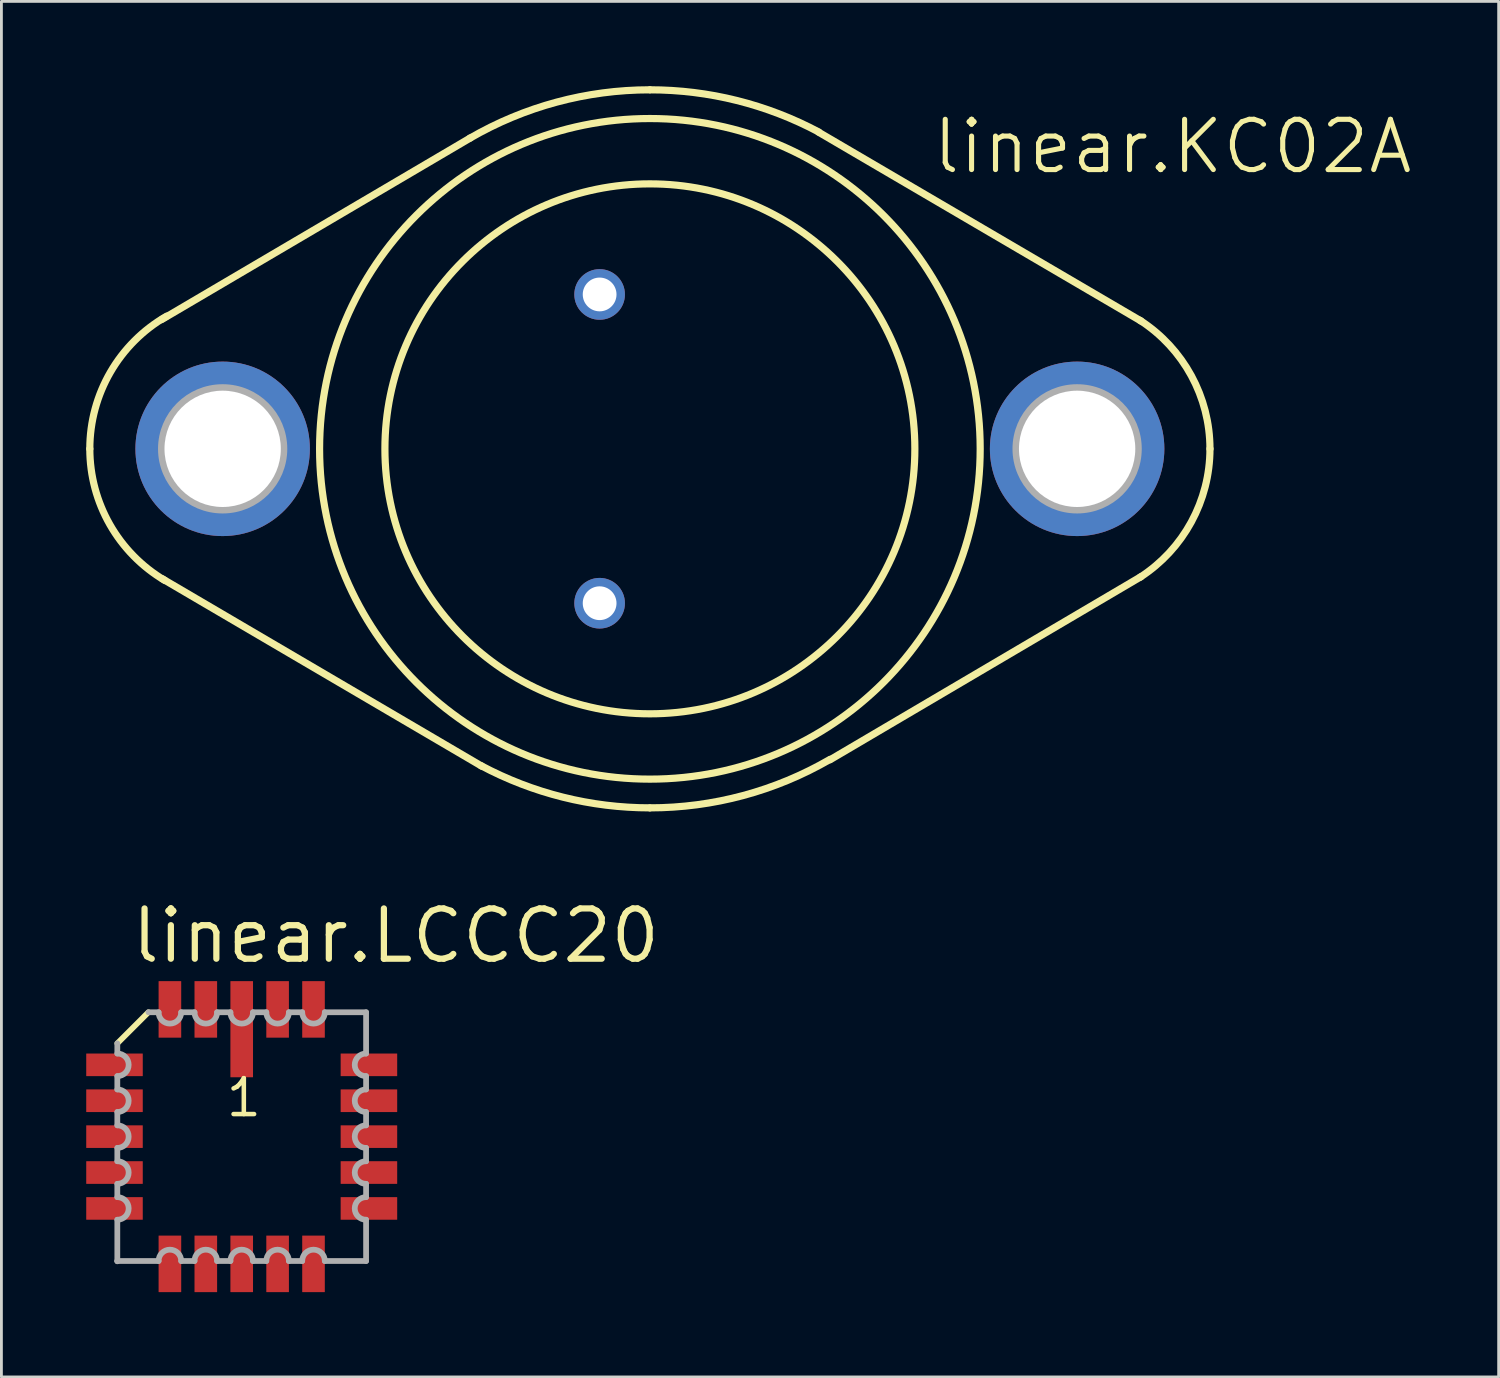
<source format=kicad_pcb>
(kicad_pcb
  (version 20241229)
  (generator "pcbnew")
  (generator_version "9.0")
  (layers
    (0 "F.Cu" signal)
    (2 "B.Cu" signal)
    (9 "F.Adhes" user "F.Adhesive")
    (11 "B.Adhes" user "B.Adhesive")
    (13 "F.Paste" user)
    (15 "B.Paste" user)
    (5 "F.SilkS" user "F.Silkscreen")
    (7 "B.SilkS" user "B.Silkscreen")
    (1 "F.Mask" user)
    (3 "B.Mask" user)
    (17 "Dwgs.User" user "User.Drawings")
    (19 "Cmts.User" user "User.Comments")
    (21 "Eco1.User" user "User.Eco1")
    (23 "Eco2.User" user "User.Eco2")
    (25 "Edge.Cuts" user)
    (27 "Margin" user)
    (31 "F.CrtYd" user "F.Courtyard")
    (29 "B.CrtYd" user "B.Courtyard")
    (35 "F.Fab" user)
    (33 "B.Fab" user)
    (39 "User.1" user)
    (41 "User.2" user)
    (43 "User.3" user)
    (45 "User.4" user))
  (footprint "linear.KC02A"
    (layer "F.Cu")
    (at 19.939 12.827)
    (property "Reference" "linear.KC02A" (at 9.906 -9.652 0) (layer "F.SilkS") (effects (font (size 1.778 1.778) (thickness 0.18)) (justify left bottom)))
    (attr through_hole)
    (fp_line (start -6.35 -10.998) (end -17.272 -4.572) (stroke (width 0.254) (type default)) (layer "F.SilkS"))
    (fp_line (start -5.944 11.227) (end -17.247 4.597) (stroke (width 0.254) (type default)) (layer "F.SilkS"))
    (fp_line (start 5.969 -11.201) (end 17.374 -4.521) (stroke (width 0.254) (type default)) (layer "F.SilkS"))
    (fp_line (start 6.375 10.998) (end 17.374 4.521) (stroke (width 0.254) (type default)) (layer "F.SilkS"))
    (fp_arc (start -19.812 0) (mid -19.08306 -2.712168) (end -17.0927 -4.6935) (stroke (width 0.254) (type default)) (layer "F.SilkS"))
    (fp_arc (start -17.1555 4.657) (mid -19.101186 2.680705) (end -19.812 0) (stroke (width 0.254) (type default)) (layer "F.SilkS"))
    (fp_arc (start -6.3718 -10.9859) (mid -3.299165 -12.263989) (end 0 -12.7) (stroke (width 0.254) (type default)) (layer "F.SilkS"))
    (fp_arc (start 0 -12.7) (mid 3.080216 -12.320822) (end 5.9765 -11.2059) (stroke (width 0.254) (type default)) (layer "F.SilkS"))
    (fp_arc (start 0 12.7) (mid -3.080216 12.320822) (end -5.9765 11.2059) (stroke (width 0.254) (type default)) (layer "F.SilkS"))
    (fp_arc (start 6.3718 10.9859) (mid 3.299165 12.263989) (end 0 12.7) (stroke (width 0.254) (type default)) (layer "F.SilkS"))
    (fp_arc (start 17.3366 -4.545) (mid 19.153012 -2.587691) (end 19.812 0) (stroke (width 0.254) (type default)) (layer "F.SilkS"))
    (fp_arc (start 19.812 0) (mid 19.153012 2.587691) (end 17.3366 4.545) (stroke (width 0.254) (type default)) (layer "F.SilkS"))
    (fp_circle (center 0 0) (end 9.373 0) (stroke (width 0.254) (type default)) (fill no) (layer "F.SilkS"))
    (fp_circle (center 0 0) (end 11.684 0) (stroke (width 0.254) (type default)) (fill no) (layer "F.SilkS"))
    (fp_circle (center -15.113 0) (end -12.954 0) (stroke (width 0.254) (type default)) (fill no) (layer "F.Fab"))
    (fp_circle (center 15.113 0) (end 17.272 0) (stroke (width 0.254) (type default)) (fill no) (layer "F.Fab"))
    (pad "1" thru_hole circle (at -1.778 -5.461) (size 1.791 1.791) (drill 1.194) (layers "*.Cu" "*.Mask"))
    (pad "2" thru_hole circle (at -1.778 5.461) (size 1.791 1.791) (drill 1.194) (layers "*.Cu" "*.Mask"))
    (pad "3" thru_hole circle (at 15.113 0) (size 6.172 6.172) (drill 4.115) (layers "*.Cu" "*.Mask"))
    (pad "3/" thru_hole circle (at -15.113 0) (size 6.172 6.172) (drill 4.115) (layers "*.Cu" "*.Mask")))
  (footprint "linear.LCCC20"
    (layer "F.Cu")
    (at 5.5 37.157)
    (property "Reference" "linear.LCCC20" (at -4.005 -6.065 0) (layer "F.SilkS") (effects (font (size 1.778 1.778) (thickness 0.22)) (justify left bottom)))
    (attr smd)
    (fp_line (start -3.3 -4.4) (end -4.4 -3.3) (stroke (width 0.203) (type default)) (layer "F.SilkS"))
    (fp_line (start -4.4 -3.3) (end -4.4 -2.94) (stroke (width 0.203) (type default)) (layer "F.Fab"))
    (fp_line (start -4.4 -2.14) (end -4.4 -1.67) (stroke (width 0.203) (type default)) (layer "F.Fab"))
    (fp_line (start -4.4 -0.87) (end -4.4 -0.4) (stroke (width 0.203) (type default)) (layer "F.Fab"))
    (fp_line (start -4.4 0.4) (end -4.4 0.87) (stroke (width 0.203) (type default)) (layer "F.Fab"))
    (fp_line (start -4.4 1.67) (end -4.4 2.14) (stroke (width 0.203) (type default)) (layer "F.Fab"))
    (fp_line (start -4.4 2.94) (end -4.4 4.4) (stroke (width 0.203) (type default)) (layer "F.Fab"))
    (fp_line (start -4.4 4.4) (end -4.4 4.41) (stroke (width 0.203) (type default)) (layer "F.Fab"))
    (fp_line (start -4.4 4.4) (end -2.94 4.4) (stroke (width 0.203) (type default)) (layer "F.Fab"))
    (fp_line (start -2.94 -4.4) (end -3.3 -4.4) (stroke (width 0.203) (type default)) (layer "F.Fab"))
    (fp_line (start -2.14 4.4) (end -1.67 4.4) (stroke (width 0.203) (type default)) (layer "F.Fab"))
    (fp_line (start -1.67 -4.4) (end -2.14 -4.4) (stroke (width 0.203) (type default)) (layer "F.Fab"))
    (fp_line (start -0.87 4.4) (end -0.4 4.4) (stroke (width 0.203) (type default)) (layer "F.Fab"))
    (fp_line (start -0.4 -4.4) (end -0.87 -4.4) (stroke (width 0.203) (type default)) (layer "F.Fab"))
    (fp_line (start 0.4 4.4) (end 0.87 4.4) (stroke (width 0.203) (type default)) (layer "F.Fab"))
    (fp_line (start 0.87 -4.4) (end 0.4 -4.4) (stroke (width 0.203) (type default)) (layer "F.Fab"))
    (fp_line (start 1.67 4.4) (end 2.14 4.4) (stroke (width 0.203) (type default)) (layer "F.Fab"))
    (fp_line (start 2.14 -4.4) (end 1.67 -4.4) (stroke (width 0.203) (type default)) (layer "F.Fab"))
    (fp_line (start 2.94 4.4) (end 4.4 4.4) (stroke (width 0.203) (type default)) (layer "F.Fab"))
    (fp_line (start 4.4 -4.4) (end 2.94 -4.4) (stroke (width 0.203) (type default)) (layer "F.Fab"))
    (fp_line (start 4.4 -2.94) (end 4.4 -4.4) (stroke (width 0.203) (type default)) (layer "F.Fab"))
    (fp_line (start 4.4 -1.67) (end 4.4 -2.14) (stroke (width 0.203) (type default)) (layer "F.Fab"))
    (fp_line (start 4.4 -0.4) (end 4.4 -0.87) (stroke (width 0.203) (type default)) (layer "F.Fab"))
    (fp_line (start 4.4 0.87) (end 4.4 0.4) (stroke (width 0.203) (type default)) (layer "F.Fab"))
    (fp_line (start 4.4 2.14) (end 4.4 1.67) (stroke (width 0.203) (type default)) (layer "F.Fab"))
    (fp_line (start 4.4 4.4) (end 4.4 2.94) (stroke (width 0.203) (type default)) (layer "F.Fab"))
    (fp_arc (start -4.3984 -2.94) (mid -3.9984 -2.54) (end -4.3984 -2.14) (stroke (width 0.2032) (type default)) (layer "F.Fab"))
    (fp_arc (start -4.3984 -1.67) (mid -3.9984 -1.27) (end -4.3984 -0.87) (stroke (width 0.2032) (type default)) (layer "F.Fab"))
    (fp_arc (start -4.3984 -0.4) (mid -3.9984 0) (end -4.3984 0.4) (stroke (width 0.2032) (type default)) (layer "F.Fab"))
    (fp_arc (start -4.3984 0.87) (mid -3.9984 1.27) (end -4.3984 1.67) (stroke (width 0.2032) (type default)) (layer "F.Fab"))
    (fp_arc (start -4.3984 2.14) (mid -3.9984 2.54) (end -4.3984 2.94) (stroke (width 0.2032) (type default)) (layer "F.Fab"))
    (fp_arc (start -2.94 4.3984) (mid -2.54 3.9984) (end -2.14 4.3984) (stroke (width 0.2032) (type default)) (layer "F.Fab"))
    (fp_arc (start -2.14 -4.3984) (mid -2.54 -3.9984) (end -2.94 -4.3984) (stroke (width 0.2032) (type default)) (layer "F.Fab"))
    (fp_arc (start -1.67 4.3984) (mid -1.27 3.9984) (end -0.87 4.3984) (stroke (width 0.2032) (type default)) (layer "F.Fab"))
    (fp_arc (start -0.87 -4.3984) (mid -1.27 -3.9984) (end -1.67 -4.3984) (stroke (width 0.2032) (type default)) (layer "F.Fab"))
    (fp_arc (start -0.4 4.3984) (mid 0 3.9984) (end 0.4 4.3984) (stroke (width 0.2032) (type default)) (layer "F.Fab"))
    (fp_arc (start 0.4 -4.3984) (mid 0 -3.9984) (end -0.4 -4.3984) (stroke (width 0.2032) (type default)) (layer "F.Fab"))
    (fp_arc (start 0.87 4.3984) (mid 1.27 3.9984) (end 1.67 4.3984) (stroke (width 0.2032) (type default)) (layer "F.Fab"))
    (fp_arc (start 1.67 -4.3984) (mid 1.27 -3.9984) (end 0.87 -4.3984) (stroke (width 0.2032) (type default)) (layer "F.Fab"))
    (fp_arc (start 2.14 4.3984) (mid 2.54 3.9984) (end 2.94 4.3984) (stroke (width 0.2032) (type default)) (layer "F.Fab"))
    (fp_arc (start 2.94 -4.3984) (mid 2.54 -3.9984) (end 2.14 -4.3984) (stroke (width 0.2032) (type default)) (layer "F.Fab"))
    (fp_arc (start 4.3984 -2.14) (mid 3.9984 -2.54) (end 4.3984 -2.94) (stroke (width 0.2032) (type default)) (layer "F.Fab"))
    (fp_arc (start 4.3984 -0.87) (mid 3.9984 -1.27) (end 4.3984 -1.67) (stroke (width 0.2032) (type default)) (layer "F.Fab"))
    (fp_arc (start 4.3984 0.4) (mid 3.9984 0) (end 4.3984 -0.4) (stroke (width 0.2032) (type default)) (layer "F.Fab"))
    (fp_arc (start 4.3984 1.67) (mid 3.9984 1.27) (end 4.3984 0.87) (stroke (width 0.2032) (type default)) (layer "F.Fab"))
    (fp_arc (start 4.3984 2.94) (mid 3.9984 2.54) (end 4.3984 2.14) (stroke (width 0.2032) (type default)) (layer "F.Fab"))
    (fp_text user "1" (at -0.635 -0.635 0) (layer "F.SilkS") (effects (font (size 1.27 1.27) (thickness 0.16)) (justify left bottom)))
    (pad "1" smd roundrect (at 0 -3.8) (size 0.8 3.4) (layers "F.Cu" "F.Mask" "F.Paste") (roundrect_rratio 0.01))
    (pad "2" smd roundrect (at -1.27 -4.5) (size 0.8 2) (layers "F.Cu" "F.Mask" "F.Paste") (roundrect_rratio 0.01))
    (pad "3" smd roundrect (at -2.54 -4.5) (size 0.8 2) (layers "F.Cu" "F.Mask" "F.Paste") (roundrect_rratio 0.01))
    (pad "4" smd roundrect (at -4.5 -2.54) (size 2 0.8) (layers "F.Cu" "F.Mask" "F.Paste") (roundrect_rratio 0.01))
    (pad "5" smd roundrect (at -4.5 -1.27) (size 2 0.8) (layers "F.Cu" "F.Mask" "F.Paste") (roundrect_rratio 0.01))
    (pad "6" smd roundrect (at -4.5 0) (size 2 0.8) (layers "F.Cu" "F.Mask" "F.Paste") (roundrect_rratio 0.01))
    (pad "7" smd roundrect (at -4.5 1.27) (size 2 0.8) (layers "F.Cu" "F.Mask" "F.Paste") (roundrect_rratio 0.01))
    (pad "8" smd roundrect (at -4.5 2.54) (size 2 0.8) (layers "F.Cu" "F.Mask" "F.Paste") (roundrect_rratio 0.01))
    (pad "9" smd roundrect (at -2.54 4.5) (size 0.8 2) (layers "F.Cu" "F.Mask" "F.Paste") (roundrect_rratio 0.01))
    (pad "10" smd roundrect (at -1.27 4.5) (size 0.8 2) (layers "F.Cu" "F.Mask" "F.Paste") (roundrect_rratio 0.01))
    (pad "11" smd roundrect (at 0 4.5) (size 0.8 2) (layers "F.Cu" "F.Mask" "F.Paste") (roundrect_rratio 0.01))
    (pad "12" smd roundrect (at 1.27 4.5) (size 0.8 2) (layers "F.Cu" "F.Mask" "F.Paste") (roundrect_rratio 0.01))
    (pad "13" smd roundrect (at 2.54 4.5) (size 0.8 2) (layers "F.Cu" "F.Mask" "F.Paste") (roundrect_rratio 0.01))
    (pad "14" smd roundrect (at 4.5 2.54) (size 2 0.8) (layers "F.Cu" "F.Mask" "F.Paste") (roundrect_rratio 0.01))
    (pad "15" smd roundrect (at 4.5 1.27) (size 2 0.8) (layers "F.Cu" "F.Mask" "F.Paste") (roundrect_rratio 0.01))
    (pad "16" smd roundrect (at 4.5 0) (size 2 0.8) (layers "F.Cu" "F.Mask" "F.Paste") (roundrect_rratio 0.01))
    (pad "17" smd roundrect (at 4.5 -1.27) (size 2 0.8) (layers "F.Cu" "F.Mask" "F.Paste") (roundrect_rratio 0.01))
    (pad "18" smd roundrect (at 4.5 -2.54) (size 2 0.8) (layers "F.Cu" "F.Mask" "F.Paste") (roundrect_rratio 0.01))
    (pad "19" smd roundrect (at 2.54 -4.5) (size 0.8 2) (layers "F.Cu" "F.Mask" "F.Paste") (roundrect_rratio 0.01))
    (pad "20" smd roundrect (at 1.27 -4.5) (size 0.8 2) (layers "F.Cu" "F.Mask" "F.Paste") (roundrect_rratio 0.01)))
  (gr_rect
    (start -3 -3)
    (end 49.963 45.657)
    (stroke (width 0.1) (type default))
    (fill no)
    (layer "Edge.Cuts")))
</source>
